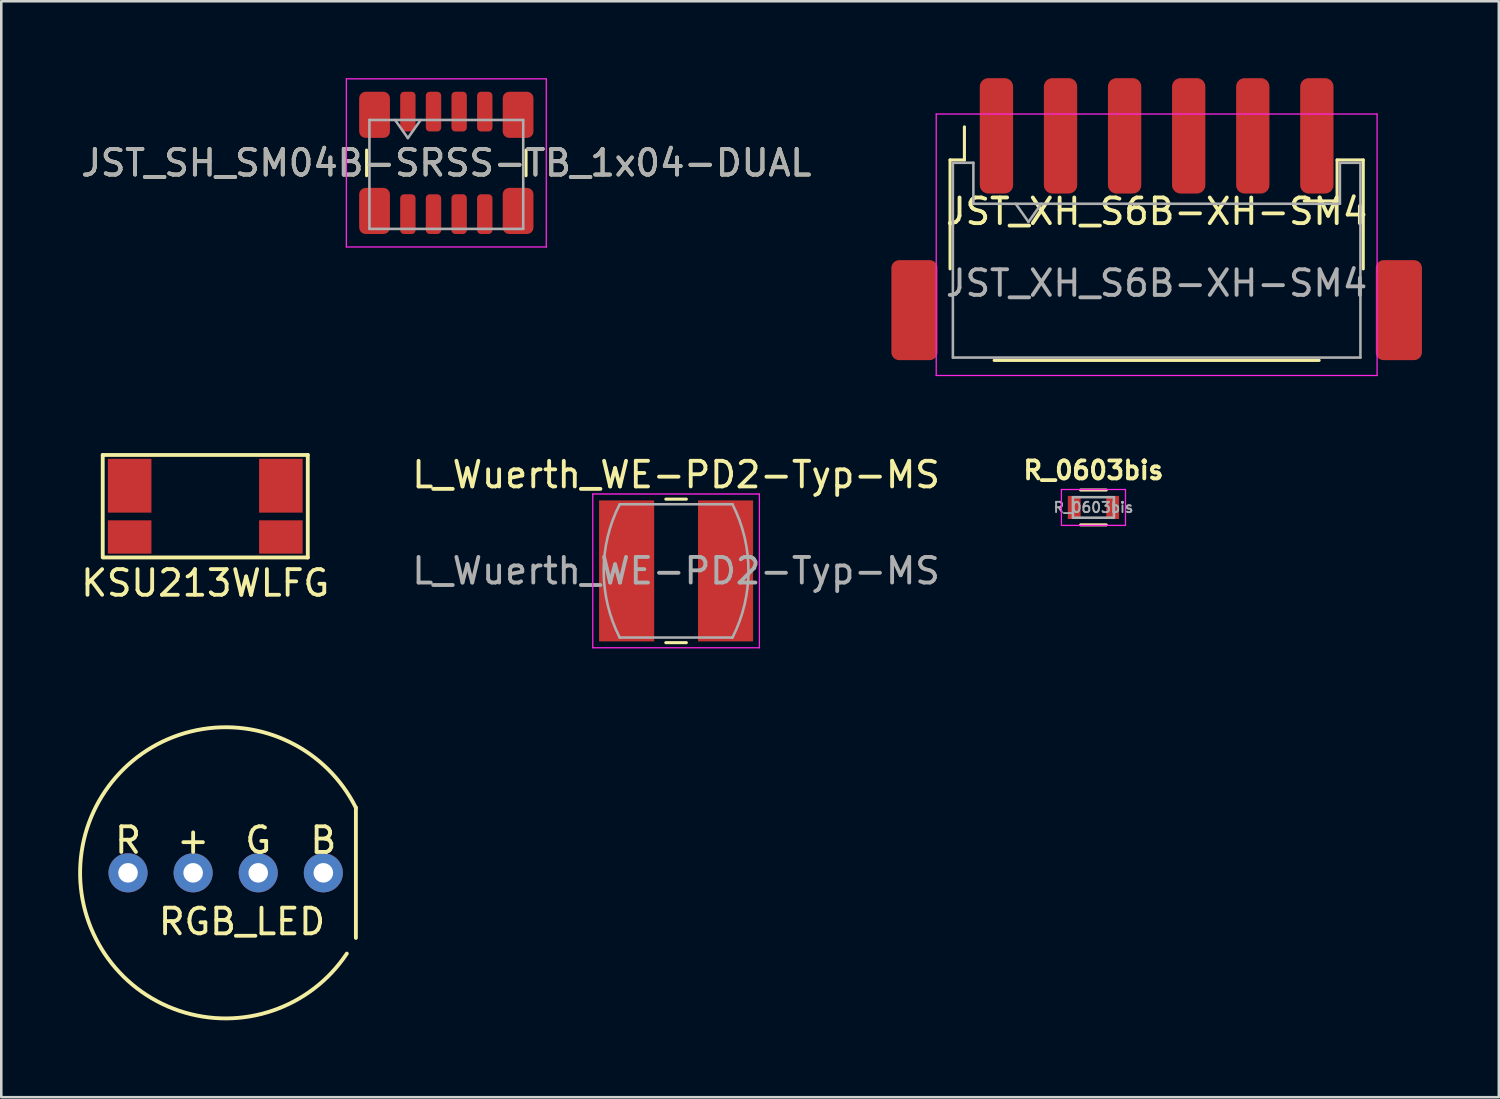
<source format=kicad_pcb>
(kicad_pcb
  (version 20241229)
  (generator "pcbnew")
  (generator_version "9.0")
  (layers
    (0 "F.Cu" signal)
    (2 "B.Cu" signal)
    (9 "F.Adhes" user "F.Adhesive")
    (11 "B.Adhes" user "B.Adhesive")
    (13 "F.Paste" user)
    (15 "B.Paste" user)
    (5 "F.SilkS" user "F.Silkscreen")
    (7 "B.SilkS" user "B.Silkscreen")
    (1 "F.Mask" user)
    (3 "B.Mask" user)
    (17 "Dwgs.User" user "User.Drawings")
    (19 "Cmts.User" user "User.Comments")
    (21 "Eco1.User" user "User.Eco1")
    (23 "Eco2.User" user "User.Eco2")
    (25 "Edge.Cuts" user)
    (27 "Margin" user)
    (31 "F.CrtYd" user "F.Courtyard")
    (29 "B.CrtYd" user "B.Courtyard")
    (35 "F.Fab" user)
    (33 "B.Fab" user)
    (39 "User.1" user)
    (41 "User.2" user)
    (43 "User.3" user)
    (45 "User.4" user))
  (footprint "JST_SH_SM04B-SRSS-TB_1x04-DUAL"
    (layer "F.Cu")
    (at 14.363 3.305)
    (property "Reference" "JST_SH_SM04B-SRSS-TB_1x04-DUAL" (at 0 0 0) (layer "F.SilkS") (effects (font (size 1 1) (thickness 0.15))))
    (attr smd)
    (fp_line (start -3.11 0.5) (end -3.11 -0.5) (stroke (width 0.12) (type solid)) (layer "F.SilkS"))
    (fp_line (start 3.11 0.5) (end 3.11 -0.5) (stroke (width 0.12) (type solid)) (layer "F.SilkS"))
    (fp_line (start -3.9 -3.28) (end -3.9 3.28) (stroke (width 0.05) (type solid)) (layer "F.CrtYd"))
    (fp_line (start -3.9 3.28) (end 3.9 3.28) (stroke (width 0.05) (type solid)) (layer "F.CrtYd"))
    (fp_line (start 3.9 -3.28) (end -3.9 -3.28) (stroke (width 0.05) (type solid)) (layer "F.CrtYd"))
    (fp_line (start 3.9 3.28) (end 3.9 -3.28) (stroke (width 0.05) (type solid)) (layer "F.CrtYd"))
    (fp_line (start -3 -1.675) (end -3 2.575) (stroke (width 0.1) (type solid)) (layer "F.Fab"))
    (fp_line (start -3 -1.675) (end 3 -1.675) (stroke (width 0.1) (type solid)) (layer "F.Fab"))
    (fp_line (start -3 2.575) (end 3 2.575) (stroke (width 0.1) (type solid)) (layer "F.Fab"))
    (fp_line (start -2 -1.675) (end -1.5 -0.968) (stroke (width 0.1) (type solid)) (layer "F.Fab"))
    (fp_line (start -1.5 -0.968) (end -1 -1.675) (stroke (width 0.1) (type solid)) (layer "F.Fab"))
    (fp_line (start 3 -1.675) (end 3 2.575) (stroke (width 0.1) (type solid)) (layer "F.Fab"))
    (fp_text user "${REFERENCE}" (at 0 0 0) (layer "F.Fab") (effects (font (size 1 1) (thickness 0.15))))
    (pad "1" smd roundrect (at -1.5 -2) (size 0.6 1.55) (layers "F.Cu" "F.Mask" "F.Paste") (roundrect_rratio 0.25))
    (pad "1" smd roundrect (at -1.5 2) (size 0.6 1.55) (layers "F.Cu" "F.Mask" "F.Paste") (roundrect_rratio 0.25))
    (pad "2" smd roundrect (at -0.5 -2) (size 0.6 1.55) (layers "F.Cu" "F.Mask" "F.Paste") (roundrect_rratio 0.25))
    (pad "2" smd roundrect (at -0.5 2) (size 0.6 1.55) (layers "F.Cu" "F.Mask" "F.Paste") (roundrect_rratio 0.25))
    (pad "3" smd roundrect (at 0.5 -2) (size 0.6 1.55) (layers "F.Cu" "F.Mask" "F.Paste") (roundrect_rratio 0.25))
    (pad "3" smd roundrect (at 0.5 2) (size 0.6 1.55) (layers "F.Cu" "F.Mask" "F.Paste") (roundrect_rratio 0.25))
    (pad "4" smd roundrect (at 1.5 -2) (size 0.6 1.55) (layers "F.Cu" "F.Mask" "F.Paste") (roundrect_rratio 0.25))
    (pad "4" smd roundrect (at 1.5 2) (size 0.6 1.55) (layers "F.Cu" "F.Mask" "F.Paste") (roundrect_rratio 0.25))
    (pad "MP" smd roundrect (at -2.8 -1.875) (size 1.2 1.8) (layers "F.Cu" "F.Mask" "F.Paste") (roundrect_rratio 0.208))
    (pad "MP" smd roundrect (at -2.8 1.875) (size 1.2 1.8) (layers "F.Cu" "F.Mask" "F.Paste") (roundrect_rratio 0.208))
    (pad "MP" smd roundrect (at 2.8 -1.875) (size 1.2 1.8) (layers "F.Cu" "F.Mask" "F.Paste") (roundrect_rratio 0.208))
    (pad "MP" smd roundrect (at 2.8 1.875) (size 1.2 1.8) (layers "F.Cu" "F.Mask" "F.Paste") (roundrect_rratio 0.208)))
  (footprint "L_Wuerth_WE-PD2-Typ-MS"
    (layer "F.Cu")
    (at 23.327 19.223)
    (property "Reference" "L_Wuerth_WE-PD2-Typ-MS" (at 0 -3.75 0) (layer "F.SilkS") (effects (font (size 1 1) (thickness 0.15))))
    (attr smd)
    (fp_line (start -0.4 -2.8) (end 0.4 -2.8) (stroke (width 0.12) (type solid)) (layer "F.SilkS"))
    (fp_line (start -0.4 2.8) (end 0.4 2.8) (stroke (width 0.12) (type solid)) (layer "F.SilkS"))
    (fp_line (start -3.25 -3) (end 3.25 -3) (stroke (width 0.05) (type solid)) (layer "F.CrtYd"))
    (fp_line (start -3.25 3) (end -3.25 -3) (stroke (width 0.05) (type solid)) (layer "F.CrtYd"))
    (fp_line (start 3.25 -3) (end 3.25 3) (stroke (width 0.05) (type solid)) (layer "F.CrtYd"))
    (fp_line (start 3.25 3) (end -3.25 3) (stroke (width 0.05) (type solid)) (layer "F.CrtYd"))
    (fp_line (start -2.2 -2.6) (end 2.2 -2.6) (stroke (width 0.1) (type solid)) (layer "F.Fab"))
    (fp_line (start 2.2 2.6) (end -2.2 2.6) (stroke (width 0.1) (type solid)) (layer "F.Fab"))
    (fp_arc (start -2.2 2.6) (mid -2.824509 0.001265) (end -2.201149 -2.597745) (stroke (width 0.1) (type solid)) (layer "F.Fab"))
    (fp_arc (start 2.2 -2.6) (mid 2.824509 -0.001265) (end 2.201149 2.597745) (stroke (width 0.1) (type solid)) (layer "F.Fab"))
    (fp_text user "${REFERENCE}" (at 0 0 0) (layer "F.Fab") (effects (font (size 1 1) (thickness 0.15))))
    (pad "1" smd rect (at -1.93 0) (size 2.15 5.5) (layers "F.Cu" "F.Mask" "F.Paste"))
    (pad "2" smd rect (at 1.93 0) (size 2.15 5.5) (layers "F.Cu" "F.Mask" "F.Paste")))
  (footprint "JST_XH_S6B-XH-SM4"
    (layer "F.Cu")
    (at 42.076 11)
    (property "Reference" "JST_XH_S6B-XH-SM4" (at 0 -5.8 0) (layer "F.SilkS") (effects (font (size 1 1) (thickness 0.15))))
    (attr smd)
    (fp_line (start -8.06 -7.81) (end -7.5 -7.81) (stroke (width 0.12) (type solid)) (layer "F.SilkS"))
    (fp_line (start -8.06 -3.56) (end -8.06 -7.81) (stroke (width 0.12) (type solid)) (layer "F.SilkS"))
    (fp_line (start -7.5 -7.81) (end -7.5 -9.1) (stroke (width 0.12) (type solid)) (layer "F.SilkS"))
    (fp_line (start -6.34 0.01) (end 6.34 0.01) (stroke (width 0.12) (type solid)) (layer "F.SilkS"))
    (fp_line (start 7.04 -7.81) (end 7.04 -6.21) (stroke (width 0.12) (type solid)) (layer "F.SilkS"))
    (fp_line (start 7.04 -6.21) (end 5.76 -6.21) (stroke (width 0.12) (type solid)) (layer "F.SilkS"))
    (fp_line (start 8.06 -7.81) (end 7.04 -7.81) (stroke (width 0.12) (type solid)) (layer "F.SilkS"))
    (fp_line (start 8.06 -3.56) (end 8.06 -7.81) (stroke (width 0.12) (type solid)) (layer "F.SilkS"))
    (fp_line (start -8.6 -9.6) (end -8.6 0.6) (stroke (width 0.05) (type solid)) (layer "F.CrtYd"))
    (fp_line (start -8.6 0.6) (end 8.6 0.6) (stroke (width 0.05) (type solid)) (layer "F.CrtYd"))
    (fp_line (start 8.6 -9.6) (end -8.6 -9.6) (stroke (width 0.05) (type solid)) (layer "F.CrtYd"))
    (fp_line (start 8.6 0.6) (end 8.6 -9.6) (stroke (width 0.05) (type solid)) (layer "F.CrtYd"))
    (fp_line (start -7.95 -7.7) (end -7.95 -0.1) (stroke (width 0.1) (type solid)) (layer "F.Fab"))
    (fp_line (start -7.95 -7.7) (end -7.15 -7.7) (stroke (width 0.1) (type solid)) (layer "F.Fab"))
    (fp_line (start -7.95 -0.1) (end 7.95 -0.1) (stroke (width 0.1) (type solid)) (layer "F.Fab"))
    (fp_line (start -7.15 -7.7) (end -7.15 -6.1) (stroke (width 0.1) (type solid)) (layer "F.Fab"))
    (fp_line (start -7.15 -6.1) (end 7.15 -6.1) (stroke (width 0.1) (type solid)) (layer "F.Fab"))
    (fp_line (start -5.5 -6.1) (end -5 -5.393) (stroke (width 0.1) (type solid)) (layer "F.Fab"))
    (fp_line (start -5 -5.393) (end -4.5 -6.1) (stroke (width 0.1) (type solid)) (layer "F.Fab"))
    (fp_line (start 7.15 -7.7) (end 7.95 -7.7) (stroke (width 0.1) (type solid)) (layer "F.Fab"))
    (fp_line (start 7.15 -6.1) (end 7.15 -7.7) (stroke (width 0.1) (type solid)) (layer "F.Fab"))
    (fp_line (start 7.95 -7.7) (end 7.95 -0.1) (stroke (width 0.1) (type solid)) (layer "F.Fab"))
    (fp_text user "${REFERENCE}" (at 0 -3 0) (layer "F.Fab") (effects (font (size 1 1) (thickness 0.15))))
    (pad "1" smd roundrect (at -6.25 -8.75) (size 1.3 4.5) (layers "F.Cu" "F.Mask" "F.Paste") (roundrect_rratio 0.25))
    (pad "2" smd roundrect (at -3.75 -8.75) (size 1.3 4.5) (layers "F.Cu" "F.Mask" "F.Paste") (roundrect_rratio 0.25))
    (pad "3" smd roundrect (at -1.25 -8.75) (size 1.3 4.5) (layers "F.Cu" "F.Mask" "F.Paste") (roundrect_rratio 0.25))
    (pad "4" smd roundrect (at 1.25 -8.75) (size 1.3 4.5) (layers "F.Cu" "F.Mask" "F.Paste") (roundrect_rratio 0.25))
    (pad "5" smd roundrect (at 3.75 -8.75) (size 1.3 4.5) (layers "F.Cu" "F.Mask" "F.Paste") (roundrect_rratio 0.25))
    (pad "6" smd roundrect (at 6.25 -8.75) (size 1.3 4.5) (layers "F.Cu" "F.Mask" "F.Paste") (roundrect_rratio 0.25))
    (pad "MP" smd roundrect (at -9.45 -1.95) (size 1.8 3.9) (layers "F.Cu" "F.Mask" "F.Paste") (roundrect_rratio 0.167))
    (pad "MP" smd roundrect (at 9.45 -1.95) (size 1.8 3.9) (layers "F.Cu" "F.Mask" "F.Paste") (roundrect_rratio 0.167)))
  (footprint "KSU213WLFG"
    (layer "F.Cu")
    (at 4.958 16.7)
    (property "Reference" "KSU213WLFG" (at 0 3 0) (layer "F.SilkS") (effects (font (size 1 1) (thickness 0.15))))
    (attr through_hole)
    (fp_line (start -4 -2) (end -4 2) (stroke (width 0.15) (type solid)) (layer "F.SilkS"))
    (fp_line (start -3.95 2) (end 4 2) (stroke (width 0.15) (type solid)) (layer "F.SilkS"))
    (fp_line (start 4 -2) (end -4 -2) (stroke (width 0.15) (type solid)) (layer "F.SilkS"))
    (fp_line (start 4 2) (end 4 -2) (stroke (width 0.15) (type solid)) (layer "F.SilkS"))
    (pad "1" smd rect (at -2.95 1.2) (size 1.7 1.3) (layers "F.Cu" "F.Mask" "F.Paste"))
    (pad "2" smd rect (at 2.95 1.2) (size 1.7 1.3) (layers "F.Cu" "F.Mask" "F.Paste"))
    (pad "3" smd rect (at 2.95 -0.8 180) (size 1.7 2.1) (layers "F.Cu" "F.Mask" "F.Paste"))
    (pad "4" smd rect (at -2.95 -0.8 180) (size 1.7 2.1) (layers "F.Cu" "F.Mask" "F.Paste")))
  (footprint "RGB_LED"
    (layer "F.Cu")
    (at 5.755 31.003)
    (property "Reference" "RGB_LED" (at 0.635 1.905 0) (layer "F.SilkS") (effects (font (size 1 1) (thickness 0.15))))
    (attr through_hole)
    (fp_line (start 5.08 -2.54) (end 5.08 2.54) (stroke (width 0.15) (type solid)) (layer "F.SilkS"))
    (fp_arc (start 4.725722 3.150482) (mid -5.668636 -0.352917) (end 5.079999 -2.539999) (stroke (width 0.15) (type solid)) (layer "F.SilkS"))
    (fp_text user "B" (at 3.81 -1.27 0) (layer "F.SilkS") (effects (font (size 1 1) (thickness 0.15))))
    (fp_text user "+" (at -1.27 -1.27 0) (layer "F.SilkS") (effects (font (size 1 1) (thickness 0.15))))
    (fp_text user "G" (at 1.27 -1.27 0) (layer "F.SilkS") (effects (font (size 1 1) (thickness 0.15))))
    (fp_text user "R" (at -3.81 -1.27 0) (layer "F.SilkS") (effects (font (size 1 1) (thickness 0.15))))
    (pad "1" thru_hole circle (at -1.27 0) (size 1.524 1.524) (drill 0.762) (layers "*.Cu" "*.Mask"))
    (pad "2" thru_hole circle (at -3.81 0) (size 1.524 1.524) (drill 0.762) (layers "*.Cu" "*.Mask"))
    (pad "3" thru_hole circle (at 1.27 0) (size 1.524 1.524) (drill 0.762) (layers "*.Cu" "*.Mask"))
    (pad "4" thru_hole circle (at 3.81 0) (size 1.524 1.524) (drill 0.762) (layers "*.Cu" "*.Mask")))
  (footprint "R_0603bis"
    (layer "F.Cu")
    (at 39.61 16.748)
    (property "Reference" "R_0603bis" (at 0 -1.45 0) (layer "F.SilkS") (effects (font (size 0.7 0.7) (thickness 0.15))))
    (attr smd)
    (fp_line (start -0.5 -0.68) (end 0.5 -0.68) (stroke (width 0.12) (type solid)) (layer "F.SilkS"))
    (fp_line (start 0.5 0.68) (end -0.5 0.68) (stroke (width 0.12) (type solid)) (layer "F.SilkS"))
    (fp_line (start -1.25 -0.7) (end -1.25 0.7) (stroke (width 0.05) (type solid)) (layer "F.CrtYd"))
    (fp_line (start -1.25 -0.7) (end 1.25 -0.7) (stroke (width 0.05) (type solid)) (layer "F.CrtYd"))
    (fp_line (start 1.25 0.7) (end -1.25 0.7) (stroke (width 0.05) (type solid)) (layer "F.CrtYd"))
    (fp_line (start 1.25 0.7) (end 1.25 -0.7) (stroke (width 0.05) (type solid)) (layer "F.CrtYd"))
    (fp_line (start -0.8 -0.4) (end 0.8 -0.4) (stroke (width 0.1) (type solid)) (layer "F.Fab"))
    (fp_line (start -0.8 0.4) (end -0.8 -0.4) (stroke (width 0.1) (type solid)) (layer "F.Fab"))
    (fp_line (start 0.8 -0.4) (end 0.8 0.4) (stroke (width 0.1) (type solid)) (layer "F.Fab"))
    (fp_line (start 0.8 0.4) (end -0.8 0.4) (stroke (width 0.1) (type solid)) (layer "F.Fab"))
    (fp_text user "${REFERENCE}" (at 0 0 0) (layer "F.Fab") (effects (font (size 0.4 0.4) (thickness 0.075))))
    (pad "1" smd rect (at -0.75 0) (size 0.5 0.9) (layers "F.Cu" "F.Mask" "F.Paste"))
    (pad "2" smd rect (at 0.75 0) (size 0.5 0.9) (layers "F.Cu" "F.Mask" "F.Paste")))
  (gr_rect
    (start -3 -3)
    (end 55.426 39.757)
    (stroke (width 0.1) (type default))
    (fill no)
    (layer "Edge.Cuts")))
</source>
